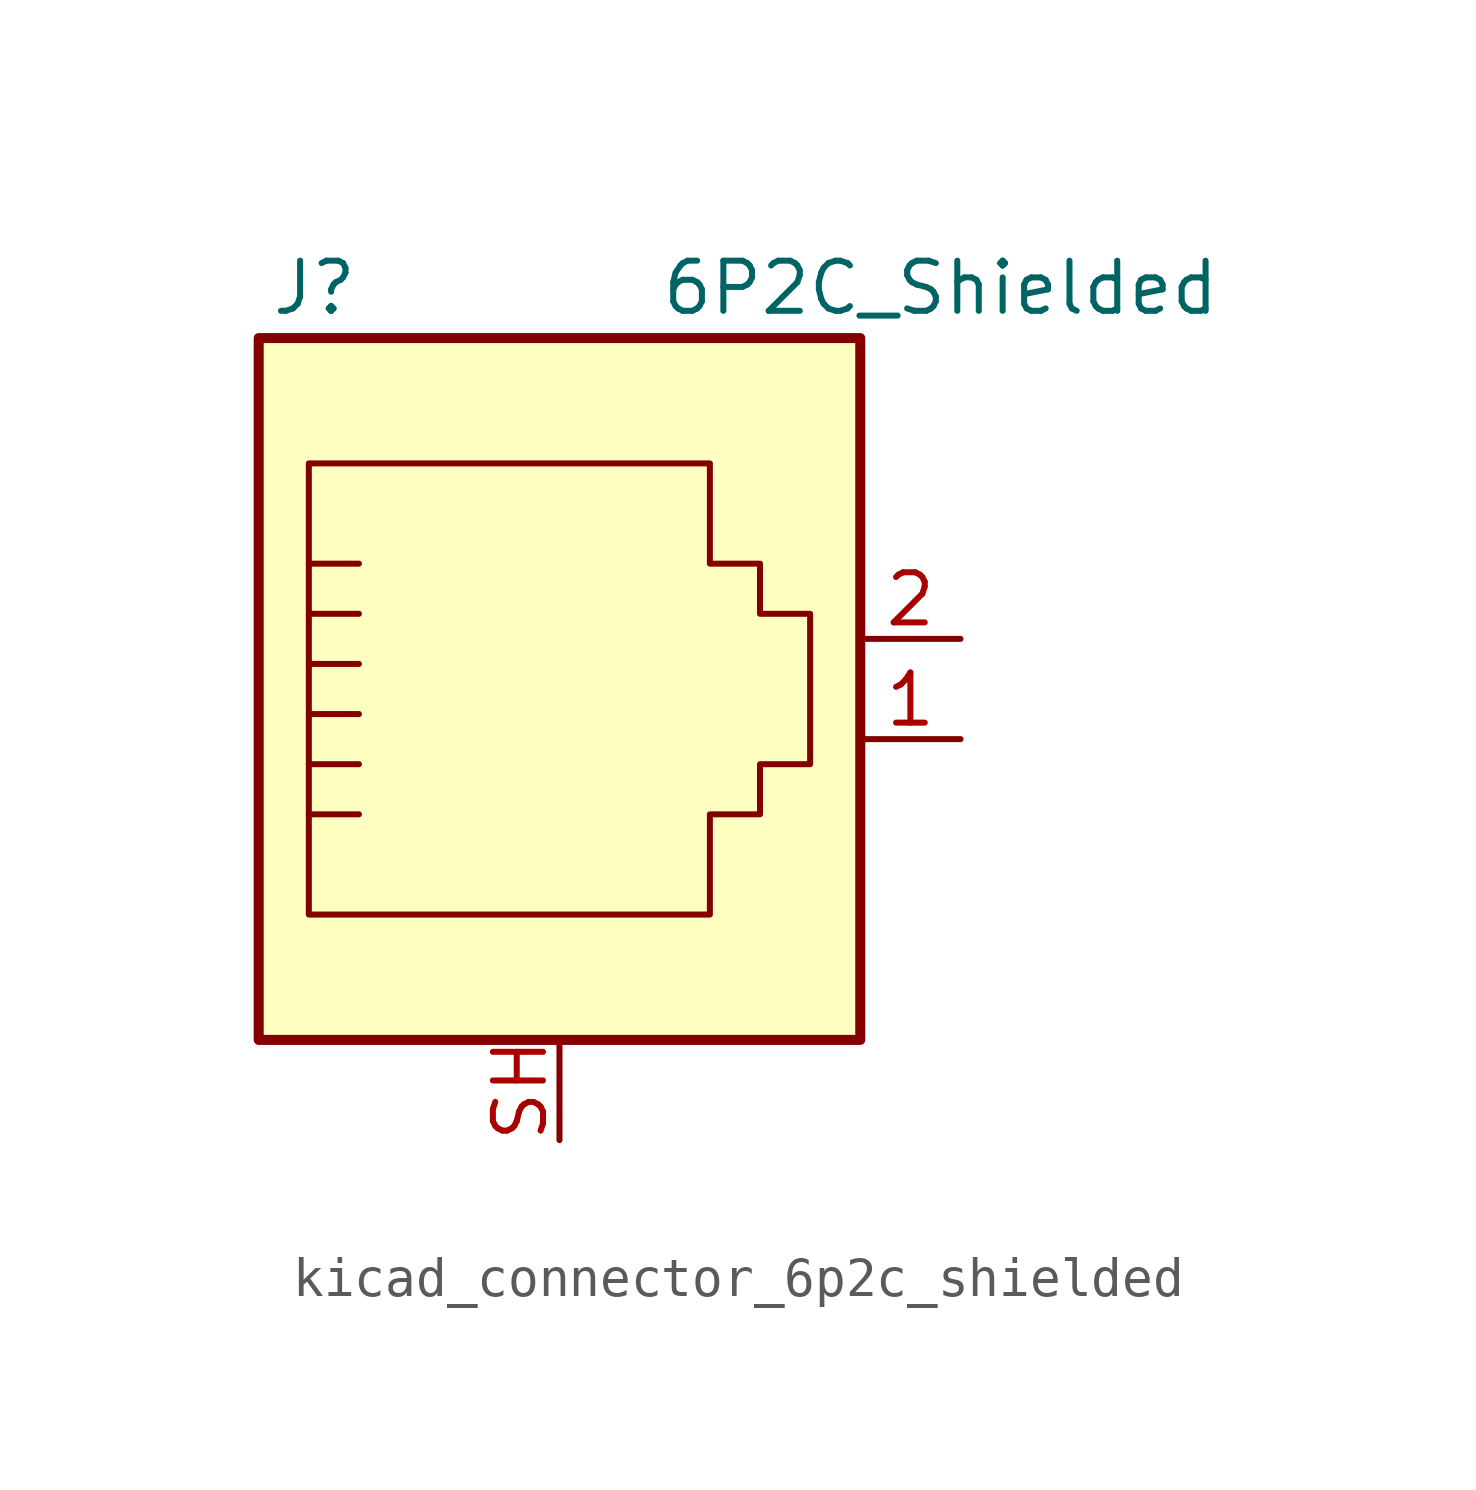
<source format=kicad_sym>
(kicad_symbol_lib
  (version 20220914)
  (generator kicad_symbol_editor)
  (symbol "kicad_connector_6p2c_shielded"
    (pin_names
      (offset 1.016))
    (property "Reference" "J"
      (at -5.08 11.43 0)
      (effects (font (size 1.27 1.27)) (justify right)))
    (property "Value" "6P2C_Shielded"
      (at 2.54 11.43 0)
      (effects (font (size 1.27 1.27)) (justify left)))
    (symbol "kicad_connector_6p2c_shielded_0_1"
      (polyline (pts (xy -6.35 -1.905) (xy -5.08 -1.905) (xy -5.08 -1.905)) (stroke (width 0) (type default)) (fill (type none)))
      (polyline (pts (xy -6.35 -0.635) (xy -5.08 -0.635) (xy -5.08 -0.635)) (stroke (width 0) (type default)) (fill (type none)))
      (polyline (pts (xy -6.35 0.635) (xy -5.08 0.635) (xy -5.08 0.635)) (stroke (width 0) (type default)) (fill (type none)))
      (polyline (pts (xy -6.35 1.905) (xy -5.08 1.905) (xy -5.08 1.905)) (stroke (width 0) (type default)) (fill (type none)))
      (polyline (pts (xy -6.35 3.175) (xy -5.08 3.175) (xy -5.08 3.175)) (stroke (width 0) (type default)) (fill (type none)))
      (polyline (pts (xy -5.08 4.445) (xy -6.35 4.445) (xy -6.35 4.445)) (stroke (width 0) (type default)) (fill (type none)))
      (polyline (pts (xy -6.35 -4.445) (xy -6.35 6.985) (xy 3.81 6.985) (xy 3.81 4.445) (xy 5.08 4.445) (xy 5.08 3.175) (xy 6.35 3.175) (xy 6.35 -0.635) (xy 5.08 -0.635) (xy 5.08 -1.905) (xy 3.81 -1.905) (xy 3.81 -4.445) (xy -6.35 -4.445) (xy -6.35 -4.445)) (stroke (width 0) (type default)) (fill (type none)))
      (rectangle (start 7.62 10.16) (end -7.62 -7.62) (stroke (width 0.254) (type default)) (fill (type background))))
    (symbol "kicad_connector_6p2c_shielded_1_1"
      (pin passive line (at 10.16 0 180) (length 2.54) (name "~" (effects (font (size 1.27 1.27)))) (number "1" (effects (font (size 1.27 1.27)))))
      (pin passive line (at 10.16 2.54 180) (length 2.54) (name "~" (effects (font (size 1.27 1.27)))) (number "2" (effects (font (size 1.27 1.27)))))
      (pin passive line (at 0 -10.16 90) (length 2.54) (name "~" (effects (font (size 1.27 1.27)))) (number "SH" (effects (font (size 1.27 1.27))))))))
</source>
